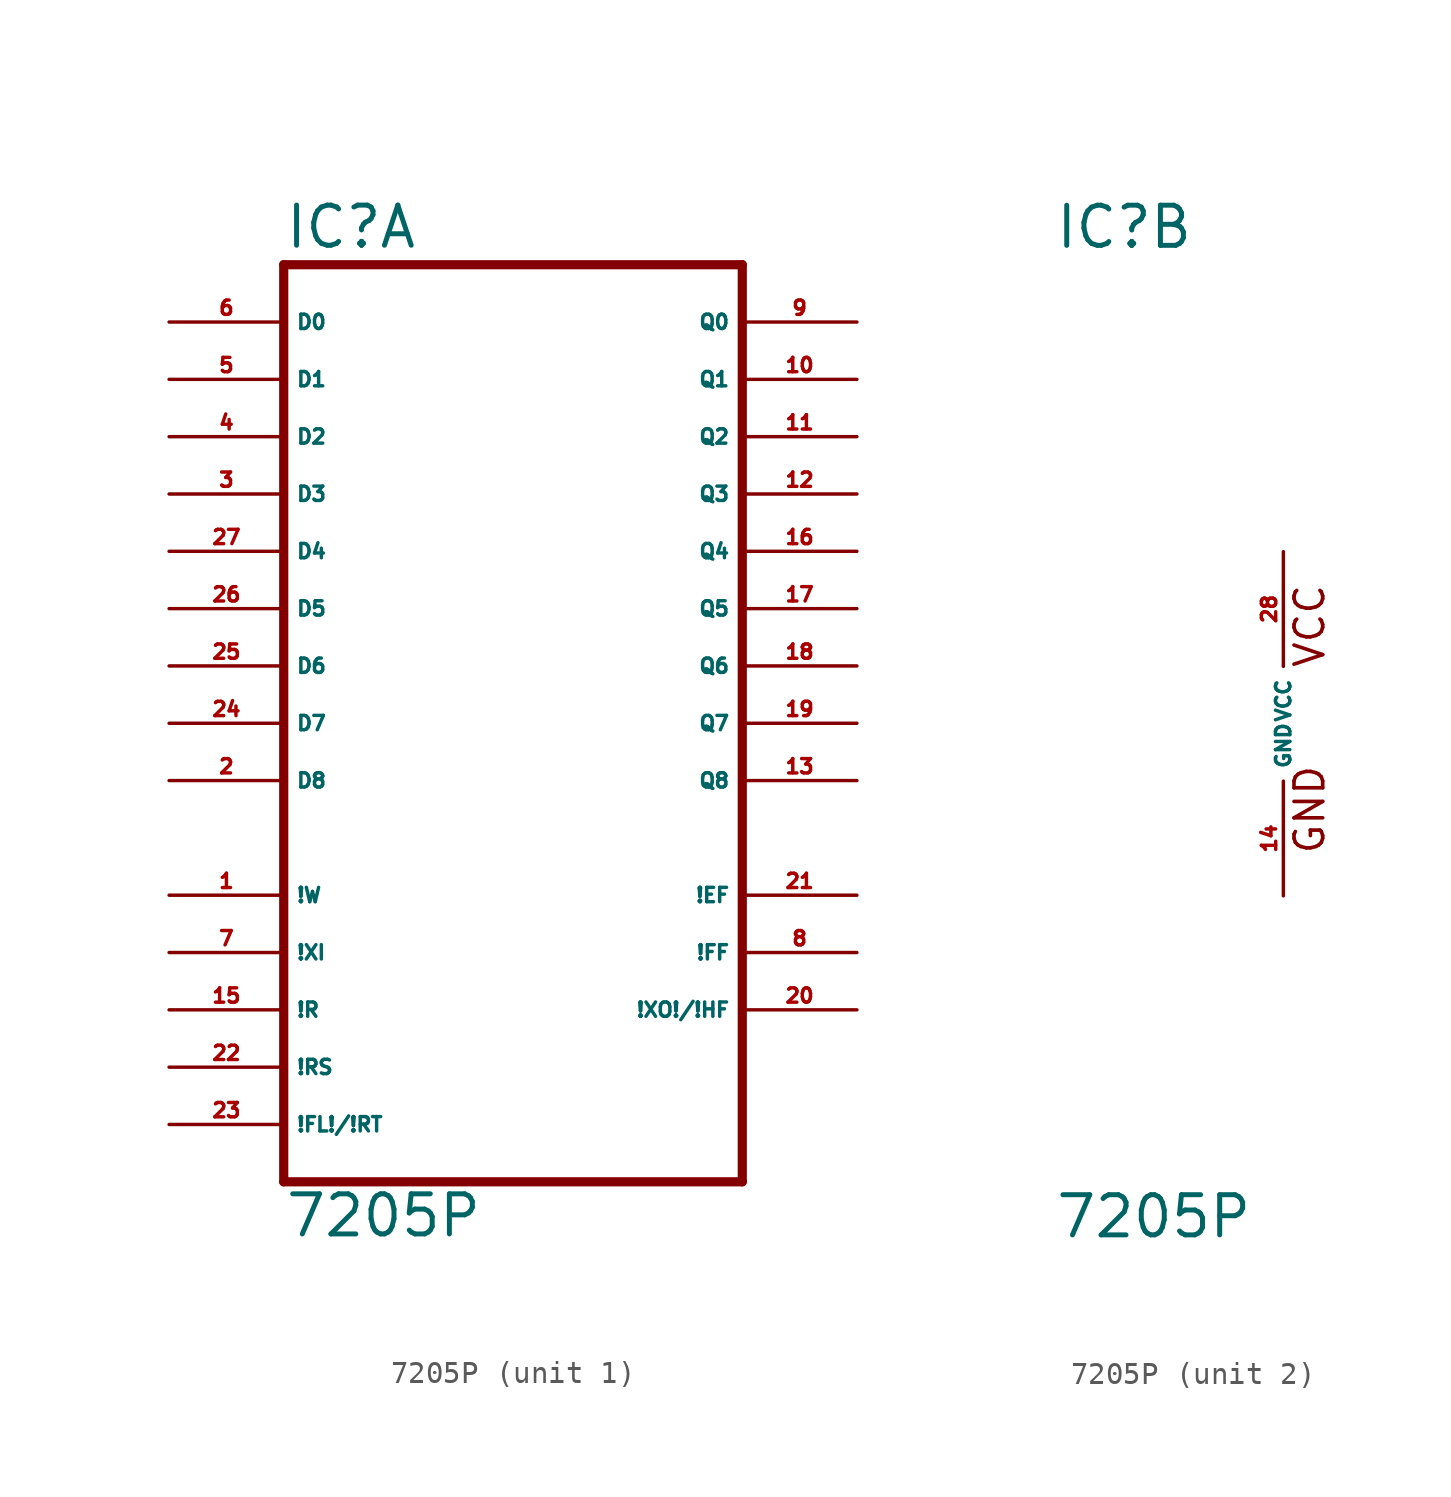
<source format=kicad_sym>
(kicad_symbol_lib
  (version 20220914)
  (generator Eagle2Kicad)
  (symbol "7205P"
    (property "Reference" "IC"
      (at -10.16 20.955 0)
      (effects (font (size 1.778 1.778) (thickness 0.22)) (justify left bottom)))
    (property "Value" "7205P"
      (at -10.16 -22.86 0)
      (effects (font (size 1.778 1.778) (thickness 0.22)) (justify left bottom)))
    (symbol "7205P_1_0"
      (polyline (pts (xy -10.16 -20.32) (xy 10.16 -20.32)) (stroke (width 0.406) (type default)) (fill (type none)))
      (polyline (pts (xy 10.16 -20.32) (xy 10.16 20.32)) (stroke (width 0.406) (type default)) (fill (type none)))
      (polyline (pts (xy 10.16 20.32) (xy -10.16 20.32)) (stroke (width 0.406) (type default)) (fill (type none)))
      (polyline (pts (xy -10.16 20.32) (xy -10.16 -20.32)) (stroke (width 0.406) (type default)) (fill (type none)))
      (pin input line (at -15.24 17.78 0) (length 5.08) (name "D0" (effects (font (size 0.635 0.635) (thickness 0.08)) (justify left bottom))) (number "6" (effects (font (size 0.635 0.635) (thickness 0.08)) (justify left bottom))))
      (pin input line (at -15.24 15.24 0) (length 5.08) (name "D1" (effects (font (size 0.635 0.635) (thickness 0.08)) (justify left bottom))) (number "5" (effects (font (size 0.635 0.635) (thickness 0.08)) (justify left bottom))))
      (pin input line (at -15.24 12.7 0) (length 5.08) (name "D2" (effects (font (size 0.635 0.635) (thickness 0.08)) (justify left bottom))) (number "4" (effects (font (size 0.635 0.635) (thickness 0.08)) (justify left bottom))))
      (pin input line (at -15.24 10.16 0) (length 5.08) (name "D3" (effects (font (size 0.635 0.635) (thickness 0.08)) (justify left bottom))) (number "3" (effects (font (size 0.635 0.635) (thickness 0.08)) (justify left bottom))))
      (pin input line (at -15.24 7.62 0) (length 5.08) (name "D4" (effects (font (size 0.635 0.635) (thickness 0.08)) (justify left bottom))) (number "27" (effects (font (size 0.635 0.635) (thickness 0.08)) (justify left bottom))))
      (pin input line (at -15.24 5.08 0) (length 5.08) (name "D5" (effects (font (size 0.635 0.635) (thickness 0.08)) (justify left bottom))) (number "26" (effects (font (size 0.635 0.635) (thickness 0.08)) (justify left bottom))))
      (pin input line (at -15.24 2.54 0) (length 5.08) (name "D6" (effects (font (size 0.635 0.635) (thickness 0.08)) (justify left bottom))) (number "25" (effects (font (size 0.635 0.635) (thickness 0.08)) (justify left bottom))))
      (pin input line (at -15.24 0 0) (length 5.08) (name "D7" (effects (font (size 0.635 0.635) (thickness 0.08)) (justify left bottom))) (number "24" (effects (font (size 0.635 0.635) (thickness 0.08)) (justify left bottom))))
      (pin input line (at -15.24 -2.54 0) (length 5.08) (name "D8" (effects (font (size 0.635 0.635) (thickness 0.08)) (justify left bottom))) (number "2" (effects (font (size 0.635 0.635) (thickness 0.08)) (justify left bottom))))
      (pin input line (at -15.24 -7.62 0) (length 5.08) (name "!W" (effects (font (size 0.635 0.635) (thickness 0.08)) (justify left bottom))) (number "1" (effects (font (size 0.635 0.635) (thickness 0.08)) (justify left bottom))))
      (pin input line (at -15.24 -10.16 0) (length 5.08) (name "!XI" (effects (font (size 0.635 0.635) (thickness 0.08)) (justify left bottom))) (number "7" (effects (font (size 0.635 0.635) (thickness 0.08)) (justify left bottom))))
      (pin input line (at -15.24 -12.7 0) (length 5.08) (name "!R" (effects (font (size 0.635 0.635) (thickness 0.08)) (justify left bottom))) (number "15" (effects (font (size 0.635 0.635) (thickness 0.08)) (justify left bottom))))
      (pin input line (at -15.24 -15.24 0) (length 5.08) (name "!RS" (effects (font (size 0.635 0.635) (thickness 0.08)) (justify left bottom))) (number "22" (effects (font (size 0.635 0.635) (thickness 0.08)) (justify left bottom))))
      (pin input line (at -15.24 -17.78 0) (length 5.08) (name "!FL!/!RT" (effects (font (size 0.635 0.635) (thickness 0.08)) (justify left bottom))) (number "23" (effects (font (size 0.635 0.635) (thickness 0.08)) (justify left bottom))))
      (pin output line (at 15.24 17.78 180) (length 5.08) (name "Q0" (effects (font (size 0.635 0.635) (thickness 0.08)) (justify left bottom))) (number "9" (effects (font (size 0.635 0.635) (thickness 0.08)) (justify left bottom))))
      (pin output line (at 15.24 15.24 180) (length 5.08) (name "Q1" (effects (font (size 0.635 0.635) (thickness 0.08)) (justify left bottom))) (number "10" (effects (font (size 0.635 0.635) (thickness 0.08)) (justify left bottom))))
      (pin output line (at 15.24 12.7 180) (length 5.08) (name "Q2" (effects (font (size 0.635 0.635) (thickness 0.08)) (justify left bottom))) (number "11" (effects (font (size 0.635 0.635) (thickness 0.08)) (justify left bottom))))
      (pin output line (at 15.24 10.16 180) (length 5.08) (name "Q3" (effects (font (size 0.635 0.635) (thickness 0.08)) (justify left bottom))) (number "12" (effects (font (size 0.635 0.635) (thickness 0.08)) (justify left bottom))))
      (pin output line (at 15.24 7.62 180) (length 5.08) (name "Q4" (effects (font (size 0.635 0.635) (thickness 0.08)) (justify left bottom))) (number "16" (effects (font (size 0.635 0.635) (thickness 0.08)) (justify left bottom))))
      (pin output line (at 15.24 5.08 180) (length 5.08) (name "Q5" (effects (font (size 0.635 0.635) (thickness 0.08)) (justify left bottom))) (number "17" (effects (font (size 0.635 0.635) (thickness 0.08)) (justify left bottom))))
      (pin output line (at 15.24 2.54 180) (length 5.08) (name "Q6" (effects (font (size 0.635 0.635) (thickness 0.08)) (justify left bottom))) (number "18" (effects (font (size 0.635 0.635) (thickness 0.08)) (justify left bottom))))
      (pin output line (at 15.24 0 180) (length 5.08) (name "Q7" (effects (font (size 0.635 0.635) (thickness 0.08)) (justify left bottom))) (number "19" (effects (font (size 0.635 0.635) (thickness 0.08)) (justify left bottom))))
      (pin output line (at 15.24 -2.54 180) (length 5.08) (name "Q8" (effects (font (size 0.635 0.635) (thickness 0.08)) (justify left bottom))) (number "13" (effects (font (size 0.635 0.635) (thickness 0.08)) (justify left bottom))))
      (pin output line (at 15.24 -7.62 180) (length 5.08) (name "!EF" (effects (font (size 0.635 0.635) (thickness 0.08)) (justify left bottom))) (number "21" (effects (font (size 0.635 0.635) (thickness 0.08)) (justify left bottom))))
      (pin output line (at 15.24 -10.16 180) (length 5.08) (name "!FF" (effects (font (size 0.635 0.635) (thickness 0.08)) (justify left bottom))) (number "8" (effects (font (size 0.635 0.635) (thickness 0.08)) (justify left bottom))))
      (pin output line (at 15.24 -12.7 180) (length 5.08) (name "!XO!/!HF" (effects (font (size 0.635 0.635) (thickness 0.08)) (justify left bottom))) (number "20" (effects (font (size 0.635 0.635) (thickness 0.08)) (justify left bottom)))))
    (symbol "7205P_2_0"
      (text "GND" (at 1.905 -5.842 900) (effects (font (size 1.27 1.27) (thickness 0.16)) (justify left bottom)))
      (text "VCC" (at 1.905 2.413 900) (effects (font (size 1.27 1.27) (thickness 0.16)) (justify left bottom)))
      (pin unspecified line (at 0 7.62 270) (length 5.08) (name "VCC" (effects (font (size 0.635 0.635) (thickness 0.08)) (justify left bottom))) (number "28" (effects (font (size 0.635 0.635) (thickness 0.08)) (justify left bottom))))
      (pin unspecified line (at 0 -7.62 90) (length 5.08) (name "GND" (effects (font (size 0.635 0.635) (thickness 0.08)) (justify left bottom))) (number "14" (effects (font (size 0.635 0.635) (thickness 0.08)) (justify left bottom)))))))
</source>
